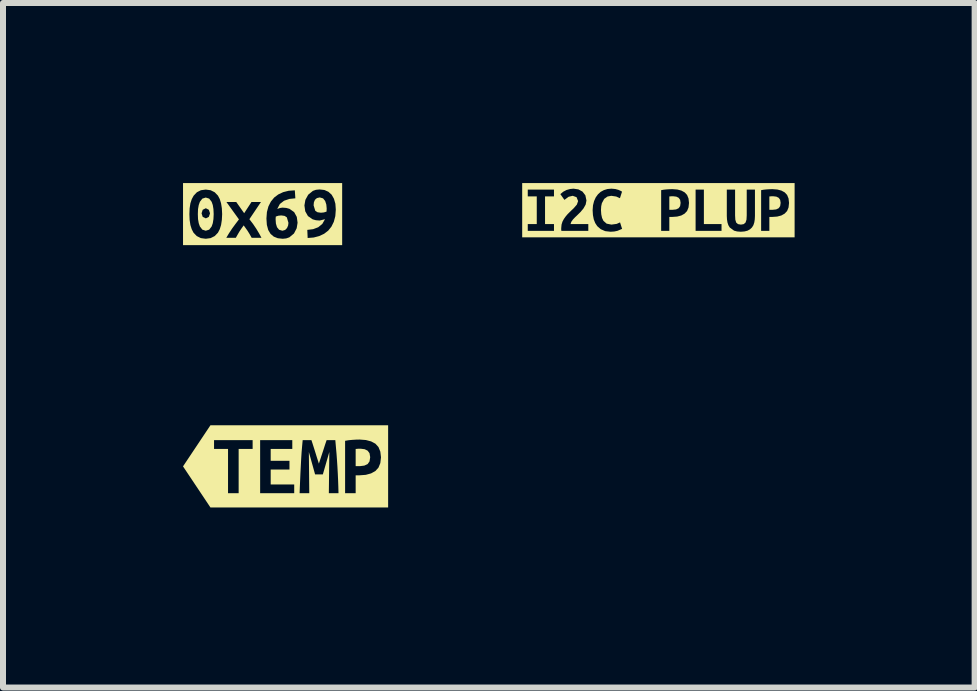
<source format=kicad_pcb>
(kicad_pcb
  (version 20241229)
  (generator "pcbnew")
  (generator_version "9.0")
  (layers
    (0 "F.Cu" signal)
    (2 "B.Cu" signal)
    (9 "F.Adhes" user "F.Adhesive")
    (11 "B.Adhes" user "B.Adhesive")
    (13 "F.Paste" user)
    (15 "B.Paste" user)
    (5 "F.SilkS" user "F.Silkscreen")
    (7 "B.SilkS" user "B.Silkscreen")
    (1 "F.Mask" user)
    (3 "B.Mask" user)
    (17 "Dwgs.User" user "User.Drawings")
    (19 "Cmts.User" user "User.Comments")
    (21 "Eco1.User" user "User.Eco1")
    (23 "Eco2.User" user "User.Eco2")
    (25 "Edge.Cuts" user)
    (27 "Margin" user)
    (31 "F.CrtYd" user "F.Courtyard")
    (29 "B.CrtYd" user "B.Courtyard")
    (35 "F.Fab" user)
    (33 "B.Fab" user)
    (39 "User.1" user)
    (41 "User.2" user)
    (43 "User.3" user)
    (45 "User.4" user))
  (footprint "kibuzzard-6264A044"
    (layer "F.Cu")
    (at 1.709 4.722)
    (property "Reference" "kibuzzard-6264A044" (at 0 -0.686 0) (layer "F.SilkS") (effects (font (size 0.001 0.001) (thickness 0.000003))))
    (attr board_only exclude_from_pos_files exclude_from_bom)
    (fp_poly (pts (xy 1.255 -0.294) (xy 1.212 -0.294) (xy 1.168 -0.29) (xy 1.168 -0.004) (xy 1.24 -0.004) (xy 1.313 -0.013) (xy 1.367 -0.038) (xy 1.399 -0.083) (xy 1.41 -0.153) (xy 1.399 -0.219) (xy 1.367 -0.262) (xy 1.318 -0.286) (xy 1.255 -0.294)) (stroke (width 0) (type solid)) (fill yes) (layer "F.SilkS"))
    (fp_poly (pts (xy -1.192 -0.685) (xy -0.549 -0.437) (xy -0.549 -0.291) (xy -0.782 -0.291) (xy -0.424 0.447) (xy -0.424 -0.437) (xy 0.112 -0.437) (xy 0.112 -0.291) (xy -0.248 -0.291) (xy -0.248 -0.093) (xy 0.065 -0.093) (xy 0.065 0.053) (xy -0.248 0.053) (xy -0.248 0.301) (xy 0.144 0.301) (xy 0.144 0.447) (xy -0.424 0.447) (xy -0.782 -0.291) (xy -0.782 0.447) (xy -0.959 0.447) (xy -0.959 -0.291) (xy -1.192 -0.291) (xy -1.192 -0.437) (xy -0.549 -0.437) (xy -1.192 -0.685) (xy -1.252 -0.685) (xy -1.709 0) (xy -1.252 0.685) (xy -1.192 0.685) (xy 1.59 0.685) (xy 1.425 0.117) (xy 1.337 0.141) (xy 1.231 0.149) (xy 1.168 0.149) (xy 1.168 0.447) (xy 0.992 0.447) (xy 0.992 -0.426) (xy 1.05 -0.436) (xy 1.115 -0.442) (xy 1.18 -0.446) (xy 1.235 -0.447) (xy 1.339 -0.439) (xy 1.426 -0.416) (xy 1.497 -0.378) (xy 1.548 -0.322) (xy 1.579 -0.246) (xy 1.59 -0.151) (xy 1.579 -0.055) (xy 1.548 0.021) (xy 1.496 0.078) (xy 1.425 0.117) (xy 1.59 0.685) (xy 1.709 0.685) (xy 1.709 -0.685) (xy 0.431 -0.437) (xy 0.456 -0.36) (xy 0.488 -0.259) (xy 0.522 -0.149) (xy 0.555 -0.046) (xy 0.591 -0.155) (xy 0.627 -0.264) (xy 0.658 -0.361) (xy 0.684 -0.437) (xy 0.829 -0.437) (xy 0.839 -0.323) (xy 0.849 -0.211) (xy 0.857 -0.102) (xy 0.864 0.006) (xy 0.87 0.115) (xy 0.875 0.224) (xy 0.879 0.334) (xy 0.882 0.447) (xy 0.721 0.447) (xy 0.729 -0.24) (xy 0.621 0.134) (xy 0.492 0.134) (xy 0.388 -0.24) (xy 0.395 0.447) (xy 0.234 0.447) (xy 0.238 0.336) (xy 0.243 0.221) (xy 0.248 0.105) (xy 0.254 -0.011) (xy 0.26 -0.125) (xy 0.267 -0.236) (xy 0.276 -0.34) (xy 0.285 -0.437) (xy 0.431 -0.437) (xy 1.709 -0.685) (xy 1.59 -0.685) (xy -1.192 -0.685)) (stroke (width 0) (type solid)) (fill yes) (layer "F.SilkS")))
  (footprint "kibuzzard-625FE593"
    (layer "F.Cu")
    (at 7.922 0.453)
    (property "Reference" "kibuzzard-625FE593" (at 0 -0.452 0) (layer "F.SilkS") (effects (font (size 0.001 0.001) (thickness 0.000003))))
    (attr board_only exclude_from_pos_files exclude_from_bom)
    (fp_poly (pts (xy 0.25 -0.232) (xy 0.216 -0.232) (xy 0.182 -0.229) (xy 0.182 -0.007) (xy 0.238 -0.007) (xy 0.295 -0.013) (xy 0.337 -0.033) (xy 0.362 -0.068) (xy 0.37 -0.122) (xy 0.362 -0.173) (xy 0.337 -0.207) (xy 0.299 -0.226) (xy 0.25 -0.232)) (stroke (width 0) (type solid)) (fill yes) (layer "F.SilkS"))
    (fp_poly (pts (xy 1.917 -0.232) (xy 1.883 -0.232) (xy 1.849 -0.229) (xy 1.849 -0.007) (xy 1.905 -0.007) (xy 1.962 -0.013) (xy 2.004 -0.033) (xy 2.029 -0.068) (xy 2.037 -0.122) (xy 2.029 -0.173) (xy 2.004 -0.207) (xy 1.966 -0.226) (xy 1.917 -0.232)) (stroke (width 0) (type solid)) (fill yes) (layer "F.SilkS"))
    (fp_poly (pts (xy -2.177 -0.452) (xy -2.177 -0.343) (xy -1.74 -0.343) (xy -1.74 -0.23) (xy -1.889 -0.23) (xy -1.889 0.231) (xy -1.411 -0.033) (xy -1.359 -0.093) (xy -1.338 -0.152) (xy -1.364 -0.217) (xy -1.428 -0.24) (xy -1.496 -0.224) (xy -1.566 -0.172) (xy -1.634 -0.268) (xy -1.586 -0.308) (xy -1.531 -0.337) (xy -1.473 -0.353) (xy -1.415 -0.359) (xy -1.333 -0.347) (xy -1.265 -0.31) (xy -1.217 -0.248) (xy -1.199 -0.162) (xy -1.212 -0.094) (xy -1.248 -0.03) (xy -1.298 0.03) (xy -1.355 0.086) (xy -1.388 0.117) (xy -1.424 0.155) (xy -1.452 0.194) (xy -1.464 0.231) (xy -1.168 0.231) (xy -1.168 0.344) (xy -1.617 0.344) (xy -1.62 0.317) (xy -1.619 0.293) (xy -1.614 0.24) (xy -1.599 0.191) (xy -1.575 0.146) (xy -1.546 0.105) (xy -1.514 0.067) (xy -1.479 0.032) (xy -1.444 -0.002) (xy -1.411 -0.033) (xy -1.889 0.231) (xy -1.74 0.231) (xy -1.74 0.344) (xy -2.177 0.344) (xy -2.177 0.231) (xy -2.027 0.231) (xy -2.027 -0.23) (xy -2.177 -0.23) (xy -2.177 -0.343) (xy -2.177 -0.452) (xy -2.27 -0.452) (xy -2.27 0.452) (xy -0.797 0.359) (xy -0.886 0.349) (xy -0.96 0.317) (xy -1.019 0.266) (xy -1.053 0.214) (xy -1.077 0.153) (xy -1.091 0.081) (xy -1.096 0) (xy -1.09 -0.081) (xy -1.072 -0.152) (xy -1.044 -0.214) (xy -1.007 -0.265) (xy -0.962 -0.306) (xy -0.908 -0.335) (xy -0.849 -0.353) (xy -0.783 -0.359) (xy -0.717 -0.353) (xy -0.666 -0.339) (xy -0.628 -0.322) (xy -0.606 -0.309) (xy -0.641 -0.2) (xy -0.703 -0.228) (xy -0.786 -0.24) (xy -0.848 -0.228) (xy -0.903 -0.189) (xy -0.942 -0.117) (xy -0.953 -0.066) (xy -0.957 -0.003) (xy -0.952 0.069) (xy -0.939 0.129) (xy -0.916 0.177) (xy -0.863 0.224) (xy -0.783 0.24) (xy -0.695 0.228) (xy -0.639 0.203) (xy -0.605 0.311) (xy -0.683 0.344) (xy -0.736 0.355) (xy -0.797 0.359) (xy -2.27 0.452) (xy -2.177 0.452) (xy 1.052 0.344) (xy 0.62 0.344) (xy 0.62 -0.343) (xy 0.758 -0.343) (xy 0.758 0.231) (xy 1.052 0.231) (xy 1.052 0.344) (xy -2.177 0.452) (xy 2.177 0.452) (xy 1.372 0.359) (xy 1.311 0.354) (xy 1.261 0.341) (xy 1.189 0.288) (xy 1.166 0.25) (xy 1.151 0.204) (xy 1.143 0.153) (xy 1.14 0.096) (xy 1.14 -0.343) (xy 1.278 -0.343) (xy 1.278 0.087) (xy 1.282 0.159) (xy 1.297 0.207) (xy 1.327 0.232) (xy 1.375 0.24) (xy 1.422 0.232) (xy 1.452 0.206) (xy 1.468 0.158) (xy 1.472 0.086) (xy 1.472 -0.343) (xy 1.609 -0.343) (xy 1.609 0.096) (xy 1.606 0.153) (xy 1.598 0.204) (xy 1.583 0.25) (xy 1.559 0.288) (xy 1.527 0.318) (xy 1.486 0.341) (xy 1.435 0.354) (xy 1.372 0.359) (xy 2.177 0.452) (xy 2.27 0.452) (xy 2.104 0.057) (xy 2.049 0.088) (xy 1.98 0.106) (xy 1.898 0.112) (xy 1.849 0.112) (xy 1.849 0.344) (xy 1.712 0.344) (xy 1.712 -0.334) (xy 1.757 -0.342) (xy 1.808 -0.347) (xy 1.858 -0.35) (xy 1.901 -0.351) (xy 1.982 -0.345) (xy 2.05 -0.327) (xy 2.105 -0.297) (xy 2.145 -0.254) (xy 2.169 -0.195) (xy 2.177 -0.121) (xy 2.169 -0.046) (xy 2.145 0.013) (xy 2.104 0.057) (xy 2.27 0.452) (xy 2.27 -0.452) (xy 0.234 -0.351) (xy 0.315 -0.345) (xy 0.383 -0.327) (xy 0.438 -0.297) (xy 0.478 -0.254) (xy 0.502 -0.195) (xy 0.51 -0.121) (xy 0.502 -0.046) (xy 0.478 0.013) (xy 0.437 0.057) (xy 0.382 0.088) (xy 0.313 0.106) (xy 0.231 0.112) (xy 0.182 0.112) (xy 0.182 0.344) (xy 0.046 0.344) (xy 0.046 -0.334) (xy 0.091 -0.342) (xy 0.141 -0.347) (xy 0.191 -0.35) (xy 0.234 -0.351) (xy 2.27 -0.452) (xy 2.177 -0.452) (xy -2.177 -0.452)) (stroke (width 0) (type solid)) (fill yes) (layer "F.SilkS")))
  (footprint "kibuzzard-625FE15C"
    (layer "F.Cu")
    (at 1.326 0.518)
    (property "Reference" "kibuzzard-625FE15C" (at 0 -0.518 180) (layer "F.SilkS") (effects (font (size 0.001 0.001) (thickness 0.000003))))
    (attr board_only exclude_from_pos_files exclude_from_bom)
    (fp_poly (pts (xy 0.311 0.022) (xy 0.262 0.027) (xy 0.22 0.041) (xy 0.218 0.064) (xy 0.217 0.088) (xy 0.222 0.158) (xy 0.24 0.218) (xy 0.275 0.261) (xy 0.33 0.277) (xy 0.376 0.264) (xy 0.407 0.232) (xy 0.425 0.191) (xy 0.431 0.146) (xy 0.404 0.054) (xy 0.367 0.03) (xy 0.311 0.022)) (stroke (width 0) (type solid)) (fill yes) (layer "F.SilkS"))
    (fp_poly (pts (xy 0.972 -0.023) (xy 1.022 -0.028) (xy 1.066 -0.042) (xy 1.067 -0.067) (xy 1.068 -0.095) (xy 1.062 -0.159) (xy 1.043 -0.218) (xy 1.008 -0.262) (xy 0.953 -0.278) (xy 0.905 -0.267) (xy 0.873 -0.239) (xy 0.855 -0.197) (xy 0.85 -0.146) (xy 0.878 -0.055) (xy 0.915 -0.031) (xy 0.972 -0.023)) (stroke (width 0) (type solid)) (fill yes) (layer "F.SilkS"))
    (fp_poly (pts (xy -0.815 0) (xy -0.876 -0.013) (xy -0.896 0.046) (xy -0.946 0.071) (xy -0.998 0.046) (xy -1.017 -0.013) (xy -0.998 -0.072) (xy -0.946 -0.098) (xy -0.896 -0.072) (xy -0.876 -0.013) (xy -0.815 0) (xy -0.819 -0.083) (xy -0.83 -0.151) (xy -0.849 -0.205) (xy -0.89 -0.258) (xy -0.947 -0.276) (xy -1.004 -0.258) (xy -1.045 -0.205) (xy -1.064 -0.151) (xy -1.076 -0.083) (xy -1.079 0) (xy -1.076 0.083) (xy -1.064 0.152) (xy -1.045 0.206) (xy -1.004 0.259) (xy -0.947 0.277) (xy -0.89 0.259) (xy -0.849 0.206) (xy -0.83 0.152) (xy -0.819 0.083) (xy -0.815 0)) (stroke (width 0) (type solid)) (fill yes) (layer "F.SilkS"))
    (fp_poly (pts (xy -1.22 -0.517) (xy -1.095 -0.364) (xy -1.028 -0.398) (xy -0.947 -0.409) (xy -0.866 -0.398) (xy -0.798 -0.364) (xy -0.744 -0.308) (xy -0.714 -0.251) (xy -0.692 -0.18) (xy -0.679 -0.097) (xy -0.674 0) (xy -0.679 0.097) (xy -0.692 0.182) (xy -0.394 0.088) (xy -0.603 -0.202) (xy -0.439 -0.202) (xy -0.307 -0.015) (xy -0.185 -0.202) (xy -0.027 -0.202) (xy 0.097 -0.128) (xy 0.138 -0.209) (xy 0.193 -0.276) (xy 0.262 -0.328) (xy 0.343 -0.366) (xy 0.435 -0.389) (xy 0.537 -0.396) (xy 0.546 -0.263) (xy 0.447 -0.253) (xy 0.358 -0.223) (xy 0.288 -0.169) (xy 0.244 -0.086) (xy 0.291 -0.102) (xy 0.331 -0.108) (xy 0.395 -0.103) (xy 0.448 -0.088) (xy 0.526 -0.033) (xy 0.57 0.047) (xy 0.583 0.144) (xy 0.951 0.107) (xy 0.888 0.102) (xy 0.834 0.087) (xy 0.756 0.033) (xy 0.711 -0.046) (xy 0.697 -0.144) (xy 0.713 -0.237) (xy 0.76 -0.323) (xy 0.838 -0.387) (xy 0.889 -0.405) (xy 0.949 -0.411) (xy 1.03 -0.402) (xy 1.097 -0.372) (xy 1.151 -0.323) (xy 1.189 -0.256) (xy 1.213 -0.173) (xy 1.22 -0.075) (xy 1.212 0.033) (xy 1.187 0.128) (xy 1.147 0.209) (xy 1.093 0.276) (xy 1.025 0.328) (xy 0.944 0.366) (xy 0.852 0.39) (xy 0.751 0.398) (xy 0.745 0.263) (xy 0.842 0.251) (xy 0.927 0.219) (xy 0.995 0.164) (xy 1.04 0.085) (xy 0.951 0.107) (xy 0.583 0.144) (xy 0.568 0.236) (xy 0.523 0.323) (xy 0.446 0.387) (xy 0.394 0.405) (xy 0.334 0.411) (xy 0.253 0.402) (xy 0.186 0.375) (xy 0.133 0.33) (xy 0.094 0.265) (xy 0.071 0.179) (xy 0.064 0.074) (xy 0.072 -0.034) (xy 0.097 -0.128) (xy -0.027 -0.202) (xy -0.22 0.085) (xy -0.16 0.163) (xy -0.104 0.246) (xy -0.056 0.326) (xy -0.019 0.395) (xy -0.182 0.395) (xy -0.216 0.334) (xy -0.25 0.279) (xy -0.284 0.231) (xy -0.315 0.188) (xy -0.351 0.238) (xy -0.384 0.287) (xy -0.414 0.338) (xy -0.446 0.395) (xy -0.605 0.395) (xy -0.561 0.321) (xy -0.509 0.242) (xy -0.451 0.163) (xy -0.394 0.088) (xy -0.692 0.182) (xy -0.714 0.252) (xy -0.744 0.31) (xy -0.798 0.366) (xy -0.866 0.4) (xy -0.947 0.411) (xy -1.029 0.4) (xy -1.097 0.366) (xy -1.151 0.31) (xy -1.181 0.252) (xy -1.203 0.182) (xy -1.216 0.097) (xy -1.22 0) (xy -1.216 -0.096) (xy -1.203 -0.18) (xy -1.18 -0.25) (xy -1.149 -0.307) (xy -1.095 -0.364) (xy -1.22 -0.517) (xy -1.326 -0.517) (xy -1.326 0.517) (xy -1.22 0.517) (xy 1.22 0.517) (xy 1.326 0.517) (xy 1.326 -0.517) (xy 1.22 -0.517) (xy -1.22 -0.517)) (stroke (width 0) (type solid)) (fill yes) (layer "F.SilkS")))
  (gr_rect
    (start -3 -3)
    (end 13.192 8.407)
    (stroke (width 0.1) (type default))
    (fill no)
    (layer "Edge.Cuts")))
</source>
